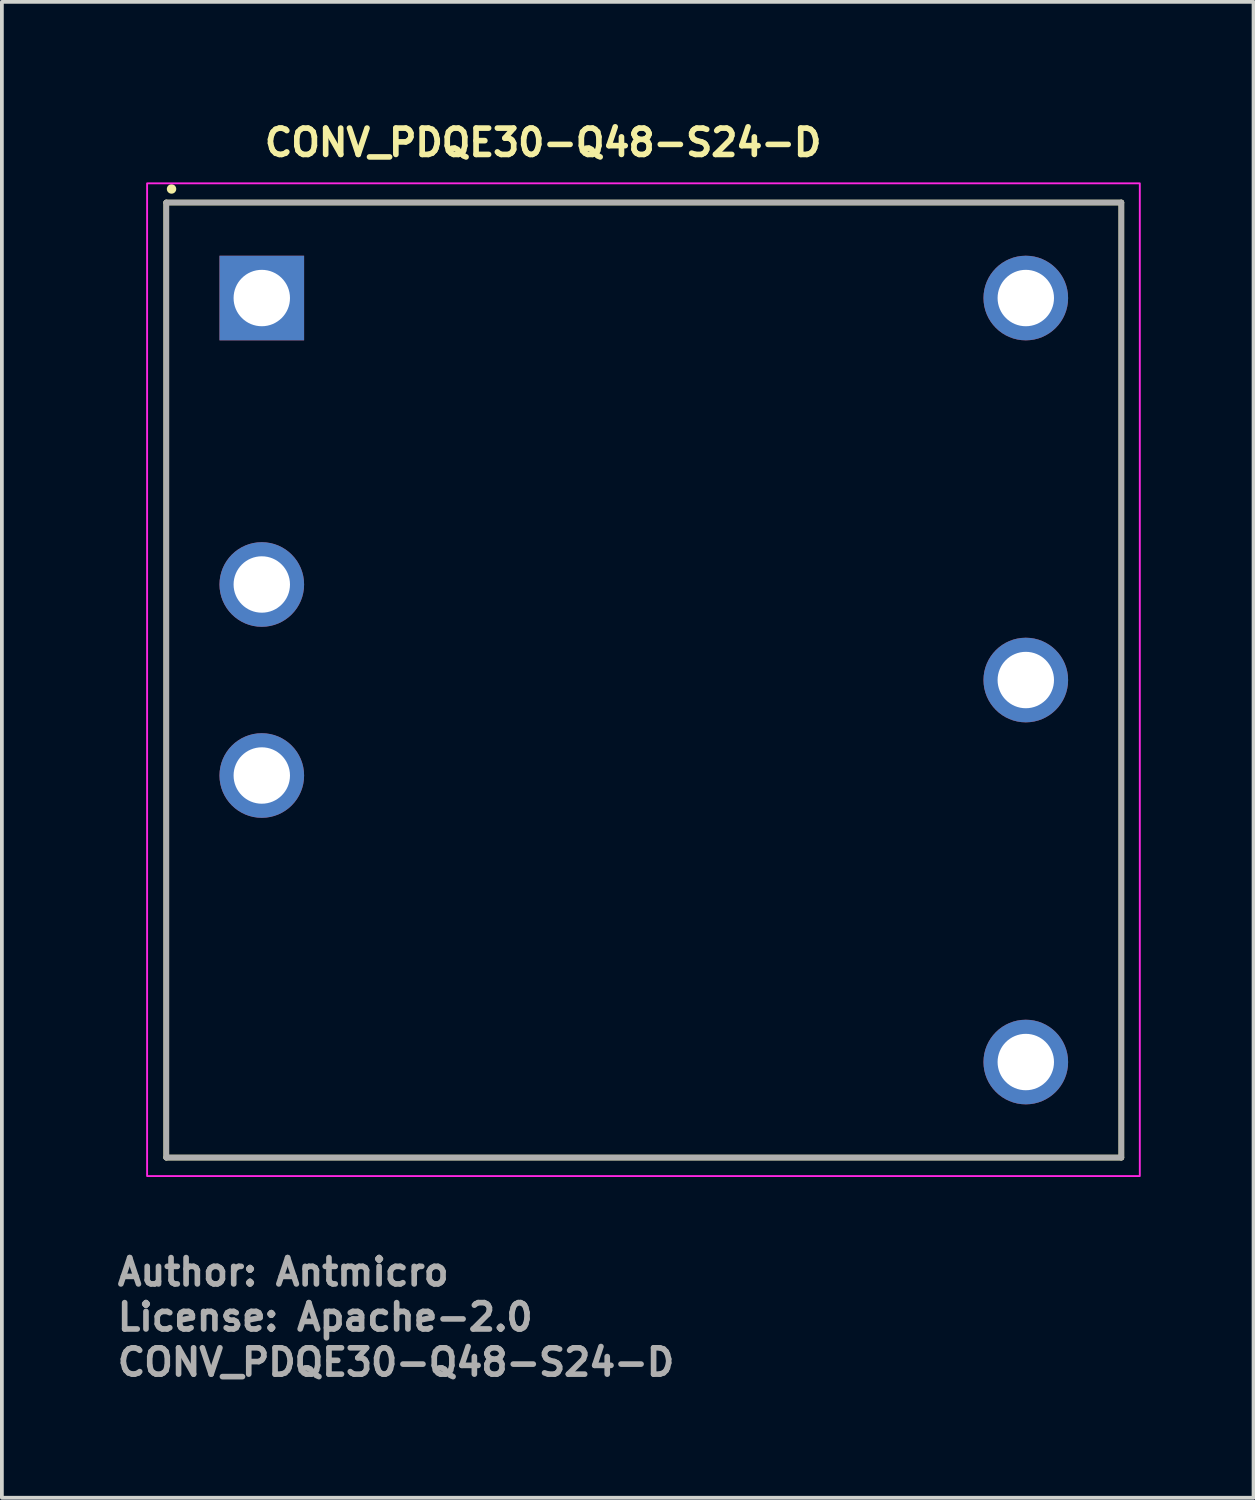
<source format=kicad_pcb>
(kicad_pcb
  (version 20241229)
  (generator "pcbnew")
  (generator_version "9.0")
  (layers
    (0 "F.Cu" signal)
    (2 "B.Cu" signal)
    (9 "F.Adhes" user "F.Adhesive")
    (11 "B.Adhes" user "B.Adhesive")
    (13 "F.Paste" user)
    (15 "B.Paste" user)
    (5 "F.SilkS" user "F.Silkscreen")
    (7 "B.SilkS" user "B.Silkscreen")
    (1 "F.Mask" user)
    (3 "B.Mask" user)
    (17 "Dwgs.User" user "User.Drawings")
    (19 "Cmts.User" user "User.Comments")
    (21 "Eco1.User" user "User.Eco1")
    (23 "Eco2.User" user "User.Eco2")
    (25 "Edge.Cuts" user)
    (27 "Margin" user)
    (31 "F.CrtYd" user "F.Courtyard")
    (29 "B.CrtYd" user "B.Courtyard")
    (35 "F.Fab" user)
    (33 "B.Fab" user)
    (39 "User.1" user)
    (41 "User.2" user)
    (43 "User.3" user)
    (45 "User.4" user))
  (footprint "CONV_PDQE30-Q48-S24-D"
    (layer "F.Cu")
    (at 3.912 4.876)
    (property "Reference" "CONV_PDQE30-Q48-S24-D" (at 0 -3.726 0) (layer "F.SilkS") (effects (font (size 0.7 0.7) (thickness 0.15)) (justify left bottom)))
    (attr through_hole)
    (fp_line (start -2.54 -2.54) (end 22.859 -2.54) (stroke (width 0.15) (type solid)) (layer "F.SilkS"))
    (fp_line (start -2.54 22.859) (end -2.54 -2.54) (stroke (width 0.15) (type solid)) (layer "F.SilkS"))
    (fp_line (start 22.859 -2.54) (end 22.859 22.859) (stroke (width 0.15) (type solid)) (layer "F.SilkS"))
    (fp_line (start 22.859 22.859) (end -2.54 22.859) (stroke (width 0.15) (type solid)) (layer "F.SilkS"))
    (fp_circle (center -2.4 -2.9) (end -2.35 -2.9) (stroke (width 0.15) (type solid)) (fill yes) (layer "F.SilkS"))
    (fp_rect (start -3.05 -3.05) (end 23.35 23.35) (stroke (width 0.05) (type solid)) (fill no) (layer "F.CrtYd"))
    (fp_line (start -2.54 -2.54) (end 22.859 -2.54) (stroke (width 0.15) (type solid)) (layer "F.Fab"))
    (fp_line (start -2.54 22.859) (end -2.54 -2.54) (stroke (width 0.15) (type solid)) (layer "F.Fab"))
    (fp_line (start 22.859 -2.54) (end 22.859 22.859) (stroke (width 0.15) (type solid)) (layer "F.Fab"))
    (fp_line (start 22.859 22.859) (end -2.54 22.859) (stroke (width 0.15) (type solid)) (layer "F.Fab"))
    (fp_rect (start -2.54 -2.54) (end 22.859 22.859) (stroke (width 0.1) (type solid)) (fill no) (layer "User.5"))
    (fp_rect (start -2.54 -2.54) (end 22.859 22.859) (stroke (width 0.1) (type solid)) (fill no) (layer "User.5"))
    (fp_rect (start -2.54 -2.54) (end 22.859 22.859) (stroke (width 0.1) (type solid)) (fill no) (layer "User.5"))
    (fp_line (start -2.54 -2.182) (end -2.54 -2.161) (stroke (width 0.02) (type solid)) (layer "User.9"))
    (fp_line (start -2.54 -2.161) (end -2.54 -2.141) (stroke (width 0.02) (type solid)) (layer "User.9"))
    (fp_line (start -2.54 22.46) (end -2.54 -2.141) (stroke (width 0.02) (type solid)) (layer "User.9"))
    (fp_line (start -2.54 22.46) (end -2.54 22.478) (stroke (width 0.02) (type solid)) (layer "User.9"))
    (fp_line (start -2.54 22.478) (end -2.54 22.498) (stroke (width 0.02) (type solid)) (layer "User.9"))
    (fp_line (start -2.54 22.498) (end -2.536 22.518) (stroke (width 0.02) (type solid)) (layer "User.9"))
    (fp_line (start -2.536 -2.202) (end -2.54 -2.182) (stroke (width 0.02) (type solid)) (layer "User.9"))
    (fp_line (start -2.536 22.518) (end -2.532 22.539) (stroke (width 0.02) (type solid)) (layer "User.9"))
    (fp_line (start -2.532 -2.222) (end -2.536 -2.202) (stroke (width 0.02) (type solid)) (layer "User.9"))
    (fp_line (start -2.532 22.539) (end -2.528 22.559) (stroke (width 0.02) (type solid)) (layer "User.9"))
    (fp_line (start -2.528 -2.242) (end -2.532 -2.222) (stroke (width 0.02) (type solid)) (layer "User.9"))
    (fp_line (start -2.528 22.559) (end -2.524 22.577) (stroke (width 0.02) (type solid)) (layer "User.9"))
    (fp_line (start -2.524 -2.259) (end -2.528 -2.242) (stroke (width 0.02) (type solid)) (layer "User.9"))
    (fp_line (start -2.524 22.577) (end -2.516 22.597) (stroke (width 0.02) (type solid)) (layer "User.9"))
    (fp_line (start -2.516 -2.278) (end -2.524 -2.259) (stroke (width 0.02) (type solid)) (layer "User.9"))
    (fp_line (start -2.516 22.597) (end -2.509 22.614) (stroke (width 0.02) (type solid)) (layer "User.9"))
    (fp_line (start -2.509 -2.298) (end -2.516 -2.278) (stroke (width 0.02) (type solid)) (layer "User.9"))
    (fp_line (start -2.509 22.614) (end -2.501 22.632) (stroke (width 0.02) (type solid)) (layer "User.9"))
    (fp_line (start -2.501 -2.315) (end -2.509 -2.298) (stroke (width 0.02) (type solid)) (layer "User.9"))
    (fp_line (start -2.501 22.632) (end -2.492 22.649) (stroke (width 0.02) (type solid)) (layer "User.9"))
    (fp_line (start -2.492 -2.331) (end -2.501 -2.315) (stroke (width 0.02) (type solid)) (layer "User.9"))
    (fp_line (start -2.492 22.649) (end -2.484 22.667) (stroke (width 0.02) (type solid)) (layer "User.9"))
    (fp_line (start -2.484 -2.348) (end -2.492 -2.331) (stroke (width 0.02) (type solid)) (layer "User.9"))
    (fp_line (start -2.484 22.667) (end -2.472 22.681) (stroke (width 0.02) (type solid)) (layer "User.9"))
    (fp_line (start -2.472 -2.364) (end -2.484 -2.348) (stroke (width 0.02) (type solid)) (layer "User.9"))
    (fp_line (start -2.472 22.681) (end -2.461 22.699) (stroke (width 0.02) (type solid)) (layer "User.9"))
    (fp_line (start -2.461 -2.38) (end -2.472 -2.364) (stroke (width 0.02) (type solid)) (layer "User.9"))
    (fp_line (start -2.461 22.699) (end -2.449 22.713) (stroke (width 0.02) (type solid)) (layer "User.9"))
    (fp_line (start -2.449 -2.395) (end -2.461 -2.38) (stroke (width 0.02) (type solid)) (layer "User.9"))
    (fp_line (start -2.449 22.713) (end -2.437 22.728) (stroke (width 0.02) (type solid)) (layer "User.9"))
    (fp_line (start -2.437 -2.411) (end -2.449 -2.395) (stroke (width 0.02) (type solid)) (layer "User.9"))
    (fp_line (start -2.437 22.728) (end -2.423 22.742) (stroke (width 0.02) (type solid)) (layer "User.9"))
    (fp_line (start -2.423 -2.423) (end -2.437 -2.411) (stroke (width 0.02) (type solid)) (layer "User.9"))
    (fp_line (start -2.423 22.742) (end -2.411 22.754) (stroke (width 0.02) (type solid)) (layer "User.9"))
    (fp_line (start -2.411 -2.437) (end -2.423 -2.423) (stroke (width 0.02) (type solid)) (layer "User.9"))
    (fp_line (start -2.411 22.754) (end -2.395 22.768) (stroke (width 0.02) (type solid)) (layer "User.9"))
    (fp_line (start -2.395 -2.449) (end -2.411 -2.437) (stroke (width 0.02) (type solid)) (layer "User.9"))
    (fp_line (start -2.395 22.768) (end -2.38 22.78) (stroke (width 0.02) (type solid)) (layer "User.9"))
    (fp_line (start -2.38 -2.461) (end -2.395 -2.449) (stroke (width 0.02) (type solid)) (layer "User.9"))
    (fp_line (start -2.38 22.78) (end -2.364 22.789) (stroke (width 0.02) (type solid)) (layer "User.9"))
    (fp_line (start -2.364 -2.472) (end -2.38 -2.461) (stroke (width 0.02) (type solid)) (layer "User.9"))
    (fp_line (start -2.364 22.789) (end -2.348 22.8) (stroke (width 0.02) (type solid)) (layer "User.9"))
    (fp_line (start -2.348 -2.484) (end -2.364 -2.472) (stroke (width 0.02) (type solid)) (layer "User.9"))
    (fp_line (start -2.348 22.8) (end -2.331 22.809) (stroke (width 0.02) (type solid)) (layer "User.9"))
    (fp_line (start -2.331 -2.492) (end -2.348 -2.484) (stroke (width 0.02) (type solid)) (layer "User.9"))
    (fp_line (start -2.331 22.809) (end -2.315 22.818) (stroke (width 0.02) (type solid)) (layer "User.9"))
    (fp_line (start -2.315 -2.501) (end -2.331 -2.492) (stroke (width 0.02) (type solid)) (layer "User.9"))
    (fp_line (start -2.315 22.818) (end -2.298 22.827) (stroke (width 0.02) (type solid)) (layer "User.9"))
    (fp_line (start -2.298 -2.509) (end -2.315 -2.501) (stroke (width 0.02) (type solid)) (layer "User.9"))
    (fp_line (start -2.298 22.827) (end -2.278 22.835) (stroke (width 0.02) (type solid)) (layer "User.9"))
    (fp_line (start -2.278 -2.516) (end -2.298 -2.509) (stroke (width 0.02) (type solid)) (layer "User.9"))
    (fp_line (start -2.278 22.835) (end -2.259 22.841) (stroke (width 0.02) (type solid)) (layer "User.9"))
    (fp_line (start -2.259 -2.524) (end -2.278 -2.516) (stroke (width 0.02) (type solid)) (layer "User.9"))
    (fp_line (start -2.259 22.841) (end -2.242 22.847) (stroke (width 0.02) (type solid)) (layer "User.9"))
    (fp_line (start -2.242 -2.528) (end -2.259 -2.524) (stroke (width 0.02) (type solid)) (layer "User.9"))
    (fp_line (start -2.242 22.847) (end -2.222 22.85) (stroke (width 0.02) (type solid)) (layer "User.9"))
    (fp_line (start -2.222 -2.532) (end -2.242 -2.528) (stroke (width 0.02) (type solid)) (layer "User.9"))
    (fp_line (start -2.222 22.85) (end -2.202 22.853) (stroke (width 0.02) (type solid)) (layer "User.9"))
    (fp_line (start -2.202 -2.536) (end -2.222 -2.532) (stroke (width 0.02) (type solid)) (layer "User.9"))
    (fp_line (start -2.202 22.853) (end -2.182 22.856) (stroke (width 0.02) (type solid)) (layer "User.9"))
    (fp_line (start -2.182 -2.54) (end -2.202 -2.536) (stroke (width 0.02) (type solid)) (layer "User.9"))
    (fp_line (start -2.182 22.856) (end -2.161 22.859) (stroke (width 0.02) (type solid)) (layer "User.9"))
    (fp_line (start -2.161 -2.54) (end -2.182 -2.54) (stroke (width 0.02) (type solid)) (layer "User.9"))
    (fp_line (start -2.161 22.859) (end -2.141 22.859) (stroke (width 0.02) (type solid)) (layer "User.9"))
    (fp_line (start -2.141 -2.54) (end -2.161 -2.54) (stroke (width 0.02) (type solid)) (layer "User.9"))
    (fp_line (start -2.141 -2.54) (end 22.46 -2.54) (stroke (width 0.02) (type solid)) (layer "User.9"))
    (fp_line (start 22.46 -2.54) (end 22.478 -2.54) (stroke (width 0.02) (type solid)) (layer "User.9"))
    (fp_line (start 22.46 22.859) (end -2.141 22.859) (stroke (width 0.02) (type solid)) (layer "User.9"))
    (fp_line (start 22.46 22.859) (end 22.478 22.859) (stroke (width 0.02) (type solid)) (layer "User.9"))
    (fp_line (start 22.478 -2.54) (end 22.498 -2.54) (stroke (width 0.02) (type solid)) (layer "User.9"))
    (fp_line (start 22.478 22.859) (end 22.498 22.856) (stroke (width 0.02) (type solid)) (layer "User.9"))
    (fp_line (start 22.498 -2.54) (end 22.518 -2.536) (stroke (width 0.02) (type solid)) (layer "User.9"))
    (fp_line (start 22.498 22.856) (end 22.518 22.853) (stroke (width 0.02) (type solid)) (layer "User.9"))
    (fp_line (start 22.518 -2.536) (end 22.539 -2.532) (stroke (width 0.02) (type solid)) (layer "User.9"))
    (fp_line (start 22.518 22.853) (end 22.539 22.85) (stroke (width 0.02) (type solid)) (layer "User.9"))
    (fp_line (start 22.539 -2.532) (end 22.559 -2.528) (stroke (width 0.02) (type solid)) (layer "User.9"))
    (fp_line (start 22.539 22.85) (end 22.559 22.847) (stroke (width 0.02) (type solid)) (layer "User.9"))
    (fp_line (start 22.559 -2.528) (end 22.577 -2.524) (stroke (width 0.02) (type solid)) (layer "User.9"))
    (fp_line (start 22.559 22.847) (end 22.577 22.841) (stroke (width 0.02) (type solid)) (layer "User.9"))
    (fp_line (start 22.577 -2.524) (end 22.597 -2.516) (stroke (width 0.02) (type solid)) (layer "User.9"))
    (fp_line (start 22.577 22.841) (end 22.597 22.835) (stroke (width 0.02) (type solid)) (layer "User.9"))
    (fp_line (start 22.597 -2.516) (end 22.614 -2.509) (stroke (width 0.02) (type solid)) (layer "User.9"))
    (fp_line (start 22.597 22.835) (end 22.614 22.827) (stroke (width 0.02) (type solid)) (layer "User.9"))
    (fp_line (start 22.614 -2.509) (end 22.632 -2.501) (stroke (width 0.02) (type solid)) (layer "User.9"))
    (fp_line (start 22.614 22.827) (end 22.632 22.818) (stroke (width 0.02) (type solid)) (layer "User.9"))
    (fp_line (start 22.632 -2.501) (end 22.649 -2.492) (stroke (width 0.02) (type solid)) (layer "User.9"))
    (fp_line (start 22.632 22.818) (end 22.649 22.809) (stroke (width 0.02) (type solid)) (layer "User.9"))
    (fp_line (start 22.649 -2.492) (end 22.667 -2.484) (stroke (width 0.02) (type solid)) (layer "User.9"))
    (fp_line (start 22.649 22.809) (end 22.667 22.8) (stroke (width 0.02) (type solid)) (layer "User.9"))
    (fp_line (start 22.667 -2.484) (end 22.681 -2.472) (stroke (width 0.02) (type solid)) (layer "User.9"))
    (fp_line (start 22.667 22.8) (end 22.681 22.789) (stroke (width 0.02) (type solid)) (layer "User.9"))
    (fp_line (start 22.681 -2.472) (end 22.699 -2.461) (stroke (width 0.02) (type solid)) (layer "User.9"))
    (fp_line (start 22.681 22.789) (end 22.699 22.78) (stroke (width 0.02) (type solid)) (layer "User.9"))
    (fp_line (start 22.699 -2.461) (end 22.713 -2.449) (stroke (width 0.02) (type solid)) (layer "User.9"))
    (fp_line (start 22.699 22.78) (end 22.713 22.768) (stroke (width 0.02) (type solid)) (layer "User.9"))
    (fp_line (start 22.713 -2.449) (end 22.728 -2.437) (stroke (width 0.02) (type solid)) (layer "User.9"))
    (fp_line (start 22.713 22.768) (end 22.728 22.754) (stroke (width 0.02) (type solid)) (layer "User.9"))
    (fp_line (start 22.728 -2.437) (end 22.742 -2.423) (stroke (width 0.02) (type solid)) (layer "User.9"))
    (fp_line (start 22.728 22.754) (end 22.742 22.742) (stroke (width 0.02) (type solid)) (layer "User.9"))
    (fp_line (start 22.742 -2.423) (end 22.754 -2.411) (stroke (width 0.02) (type solid)) (layer "User.9"))
    (fp_line (start 22.742 22.742) (end 22.754 22.728) (stroke (width 0.02) (type solid)) (layer "User.9"))
    (fp_line (start 22.754 -2.411) (end 22.768 -2.395) (stroke (width 0.02) (type solid)) (layer "User.9"))
    (fp_line (start 22.754 22.728) (end 22.768 22.713) (stroke (width 0.02) (type solid)) (layer "User.9"))
    (fp_line (start 22.768 -2.395) (end 22.78 -2.38) (stroke (width 0.02) (type solid)) (layer "User.9"))
    (fp_line (start 22.768 22.713) (end 22.78 22.699) (stroke (width 0.02) (type solid)) (layer "User.9"))
    (fp_line (start 22.78 -2.38) (end 22.789 -2.364) (stroke (width 0.02) (type solid)) (layer "User.9"))
    (fp_line (start 22.78 22.699) (end 22.789 22.681) (stroke (width 0.02) (type solid)) (layer "User.9"))
    (fp_line (start 22.789 -2.364) (end 22.8 -2.348) (stroke (width 0.02) (type solid)) (layer "User.9"))
    (fp_line (start 22.789 22.681) (end 22.8 22.667) (stroke (width 0.02) (type solid)) (layer "User.9"))
    (fp_line (start 22.8 -2.348) (end 22.809 -2.331) (stroke (width 0.02) (type solid)) (layer "User.9"))
    (fp_line (start 22.8 22.667) (end 22.809 22.649) (stroke (width 0.02) (type solid)) (layer "User.9"))
    (fp_line (start 22.809 -2.331) (end 22.818 -2.315) (stroke (width 0.02) (type solid)) (layer "User.9"))
    (fp_line (start 22.809 22.649) (end 22.818 22.632) (stroke (width 0.02) (type solid)) (layer "User.9"))
    (fp_line (start 22.818 -2.315) (end 22.827 -2.298) (stroke (width 0.02) (type solid)) (layer "User.9"))
    (fp_line (start 22.818 22.632) (end 22.827 22.614) (stroke (width 0.02) (type solid)) (layer "User.9"))
    (fp_line (start 22.827 -2.298) (end 22.835 -2.278) (stroke (width 0.02) (type solid)) (layer "User.9"))
    (fp_line (start 22.827 22.614) (end 22.835 22.597) (stroke (width 0.02) (type solid)) (layer "User.9"))
    (fp_line (start 22.835 -2.278) (end 22.841 -2.259) (stroke (width 0.02) (type solid)) (layer "User.9"))
    (fp_line (start 22.835 22.597) (end 22.841 22.577) (stroke (width 0.02) (type solid)) (layer "User.9"))
    (fp_line (start 22.841 -2.259) (end 22.847 -2.242) (stroke (width 0.02) (type solid)) (layer "User.9"))
    (fp_line (start 22.841 22.577) (end 22.847 22.559) (stroke (width 0.02) (type solid)) (layer "User.9"))
    (fp_line (start 22.847 -2.242) (end 22.85 -2.222) (stroke (width 0.02) (type solid)) (layer "User.9"))
    (fp_line (start 22.847 22.559) (end 22.85 22.539) (stroke (width 0.02) (type solid)) (layer "User.9"))
    (fp_line (start 22.85 -2.222) (end 22.853 -2.202) (stroke (width 0.02) (type solid)) (layer "User.9"))
    (fp_line (start 22.85 22.539) (end 22.853 22.518) (stroke (width 0.02) (type solid)) (layer "User.9"))
    (fp_line (start 22.853 -2.202) (end 22.856 -2.182) (stroke (width 0.02) (type solid)) (layer "User.9"))
    (fp_line (start 22.853 22.518) (end 22.856 22.498) (stroke (width 0.02) (type solid)) (layer "User.9"))
    (fp_line (start 22.856 -2.182) (end 22.859 -2.161) (stroke (width 0.02) (type solid)) (layer "User.9"))
    (fp_line (start 22.856 22.498) (end 22.859 22.478) (stroke (width 0.02) (type solid)) (layer "User.9"))
    (fp_line (start 22.859 -2.161) (end 22.859 -2.141) (stroke (width 0.02) (type solid)) (layer "User.9"))
    (fp_line (start 22.859 -2.141) (end 22.859 22.46) (stroke (width 0.02) (type solid)) (layer "User.9"))
    (fp_line (start 22.859 22.478) (end 22.859 22.46) (stroke (width 0.02) (type solid)) (layer "User.9"))
    (fp_text user "License: Apache-2.0" (at -3.912 27.51 0) (layer "F.Fab") (effects (font (size 0.7 0.7) (thickness 0.15)) (justify left bottom)))
    (fp_text user "${REFERENCE}" (at -3.912 28.711 0) (layer "F.Fab") (effects (font (size 0.7 0.7) (thickness 0.15)) (justify left bottom)))
    (fp_text user "Author: Antmicro" (at -3.912 26.312 0) (layer "F.Fab") (effects (font (size 0.7 0.7) (thickness 0.15)) (justify left bottom)))
    (pad "1" thru_hole rect (at 0 0) (size 2.25 2.25) (drill 1.5) (layers "*.Cu" "*.Mask"))
    (pad "2" thru_hole circle (at 0 7.618) (size 2.25 2.25) (drill 1.5) (layers "*.Cu" "*.Mask"))
    (pad "3" thru_hole circle (at 0 12.698) (size 2.25 2.25) (drill 1.5) (layers "*.Cu" "*.Mask"))
    (pad "4" thru_hole circle (at 20.318 20.318) (size 2.25 2.25) (drill 1.5) (layers "*.Cu" "*.Mask"))
    (pad "5" thru_hole circle (at 20.318 10.159) (size 2.25 2.25) (drill 1.5) (layers "*.Cu" "*.Mask"))
    (pad "6" thru_hole circle (at 20.318 0) (size 2.25 2.25) (drill 1.5) (layers "*.Cu" "*.Mask")))
  (gr_rect
    (start -3 -3)
    (end 30.287 36.782)
    (stroke (width 0.1) (type default))
    (fill no)
    (layer "Edge.Cuts")))
</source>
